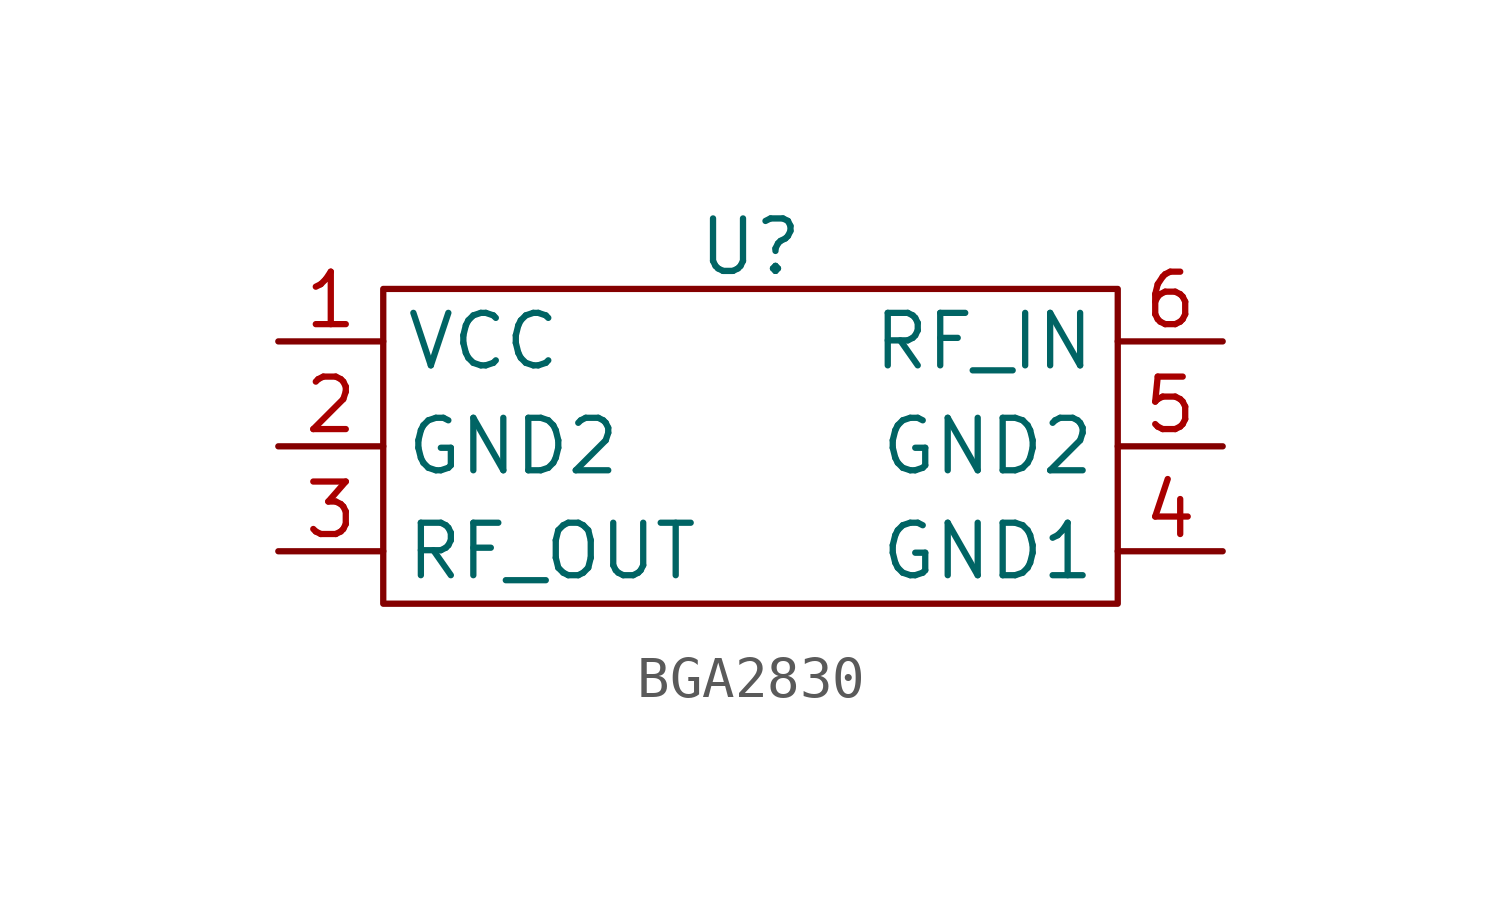
<source format=kicad_sym>
(kicad_symbol_lib
  (version 20241209)
  (generator "kicad_symbol_editor")
  (generator_version "9.0")
  (symbol "BGA2830"
    (property "Reference" "U"
      (at 0 4.826 0)
      (effects (font (size 1.27 1.27))))
    (property "Value" ""
      (at 0 0 0)
      (effects (font (size 1.27 1.27))))
    (symbol "BGA2830_0_1"
      (rectangle (start -8.89 3.81) (end 8.89 -3.81) (stroke (width 0) (type default)) (fill (type none))))
    (symbol "BGA2830_1_1"
      (pin input line (at -11.43 2.54 0) (length 2.54) (name "VCC" (effects (font (size 1.27 1.27)))) (number "1" (effects (font (size 1.27 1.27)))))
      (pin input line (at -11.43 0 0) (length 2.54) (name "GND2" (effects (font (size 1.27 1.27)))) (number "2" (effects (font (size 1.27 1.27)))))
      (pin input line (at -11.43 -2.54 0) (length 2.54) (name "RF_OUT" (effects (font (size 1.27 1.27)))) (number "3" (effects (font (size 1.27 1.27)))))
      (pin input line (at 11.43 2.54 180) (length 2.54) (name "RF_IN" (effects (font (size 1.27 1.27)))) (number "6" (effects (font (size 1.27 1.27)))))
      (pin input line (at 11.43 0 180) (length 2.54) (name "GND2" (effects (font (size 1.27 1.27)))) (number "5" (effects (font (size 1.27 1.27)))))
      (pin input line (at 11.43 -2.54 180) (length 2.54) (name "GND1" (effects (font (size 1.27 1.27)))) (number "4" (effects (font (size 1.27 1.27))))))))
</source>
